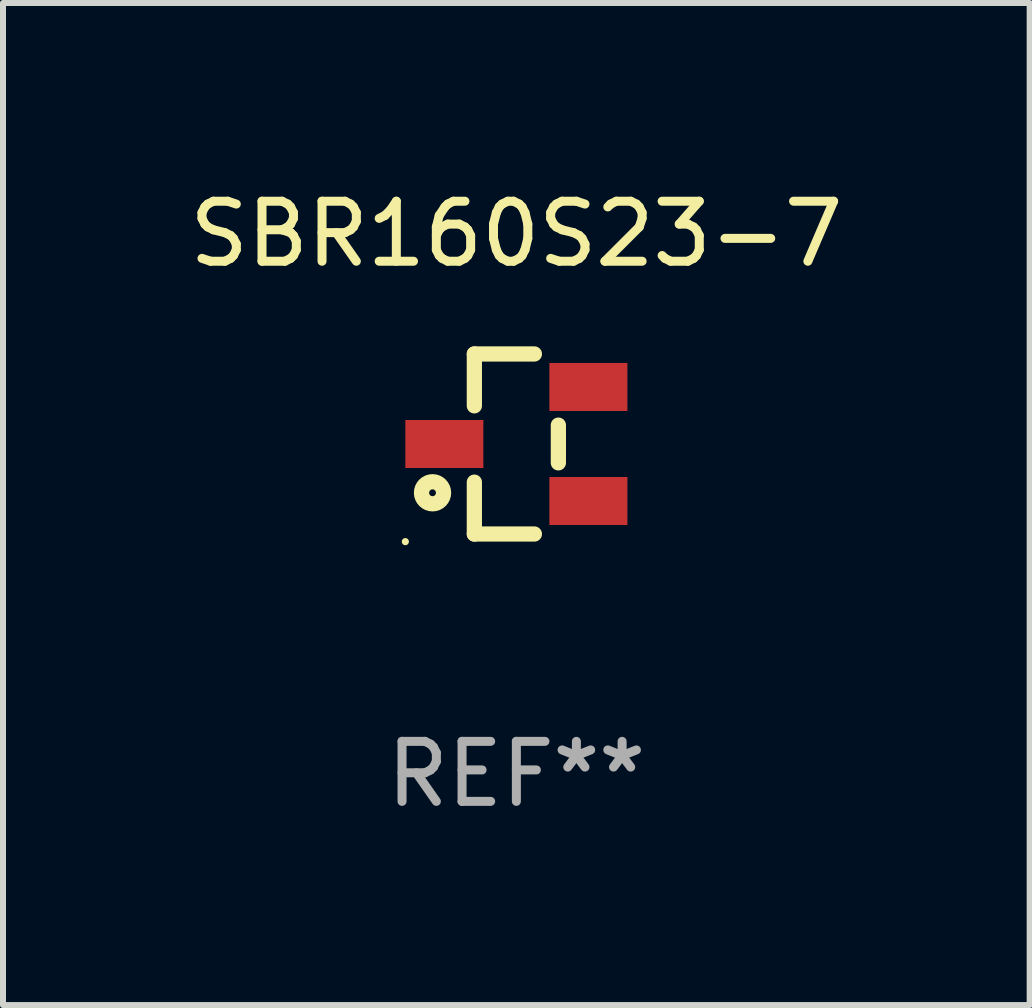
<source format=kicad_pcb>
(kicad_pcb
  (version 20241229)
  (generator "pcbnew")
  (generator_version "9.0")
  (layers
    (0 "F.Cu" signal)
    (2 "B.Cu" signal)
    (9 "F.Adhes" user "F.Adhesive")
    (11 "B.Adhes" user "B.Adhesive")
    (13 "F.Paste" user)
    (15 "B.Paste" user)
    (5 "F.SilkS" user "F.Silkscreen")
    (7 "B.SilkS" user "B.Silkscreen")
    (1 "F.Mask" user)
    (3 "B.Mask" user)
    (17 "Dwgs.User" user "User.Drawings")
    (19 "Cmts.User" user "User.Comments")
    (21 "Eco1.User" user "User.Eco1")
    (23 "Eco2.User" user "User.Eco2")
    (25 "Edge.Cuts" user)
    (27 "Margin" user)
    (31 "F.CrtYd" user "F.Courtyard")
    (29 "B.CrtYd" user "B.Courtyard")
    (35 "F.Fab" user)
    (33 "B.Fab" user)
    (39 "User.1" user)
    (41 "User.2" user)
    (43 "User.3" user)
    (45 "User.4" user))
  (footprint "SBR160S23-7"
    (layer "F.Cu")
    (at 5.554 4.348)
    (property "Reference" "SBR160S23-7" (at 0 -3.5 0) (layer "F.SilkS") (effects (font (size 1 1) (thickness 0.15))))
    (attr through_hole)
    (fp_line (start -0.7 -1.5) (end 0.3 -1.5) (stroke (width 0.254) (type solid)) (layer "F.SilkS"))
    (fp_line (start -0.7 -0.636) (end -0.7 -1.5) (stroke (width 0.254) (type solid)) (layer "F.SilkS"))
    (fp_line (start -0.7 1.5) (end -0.7 0.636) (stroke (width 0.254) (type solid)) (layer "F.SilkS"))
    (fp_line (start -0.7 1.5) (end 0.3 1.5) (stroke (width 0.254) (type solid)) (layer "F.SilkS"))
    (fp_line (start 0.7 0.314) (end 0.7 -0.314) (stroke (width 0.254) (type solid)) (layer "F.SilkS"))
    (fp_circle (center -1.85 1.627) (end -1.82 1.627) (stroke (width 0.06) (type solid)) (fill no) (layer "F.SilkS"))
    (fp_circle (center -1.397 0.813) (end -1.34 0.813) (stroke (width 0.254) (type solid)) (fill no) (layer "F.SilkS"))
    (fp_text user "REF**" (at 0 5.5 0) (layer "F.Fab") (effects (font (size 1 1) (thickness 0.15))))
    (pad "1" smd rect (at -1.2 -0.000051 180) (size 1.3 0.8) (layers "F.Cu" "F.Mask" "F.Paste"))
    (pad "2" smd rect (at 1.2 -0.95 180) (size 1.3 0.8) (layers "F.Cu" "F.Mask" "F.Paste"))
    (pad "3" smd rect (at 1.2 0.95 180) (size 1.3 0.8) (layers "F.Cu" "F.Mask" "F.Paste")))
  (gr_rect
    (start -3 -3)
    (end 14.107 13.697)
    (stroke (width 0.1) (type default))
    (fill no)
    (layer "Edge.Cuts")))
</source>
